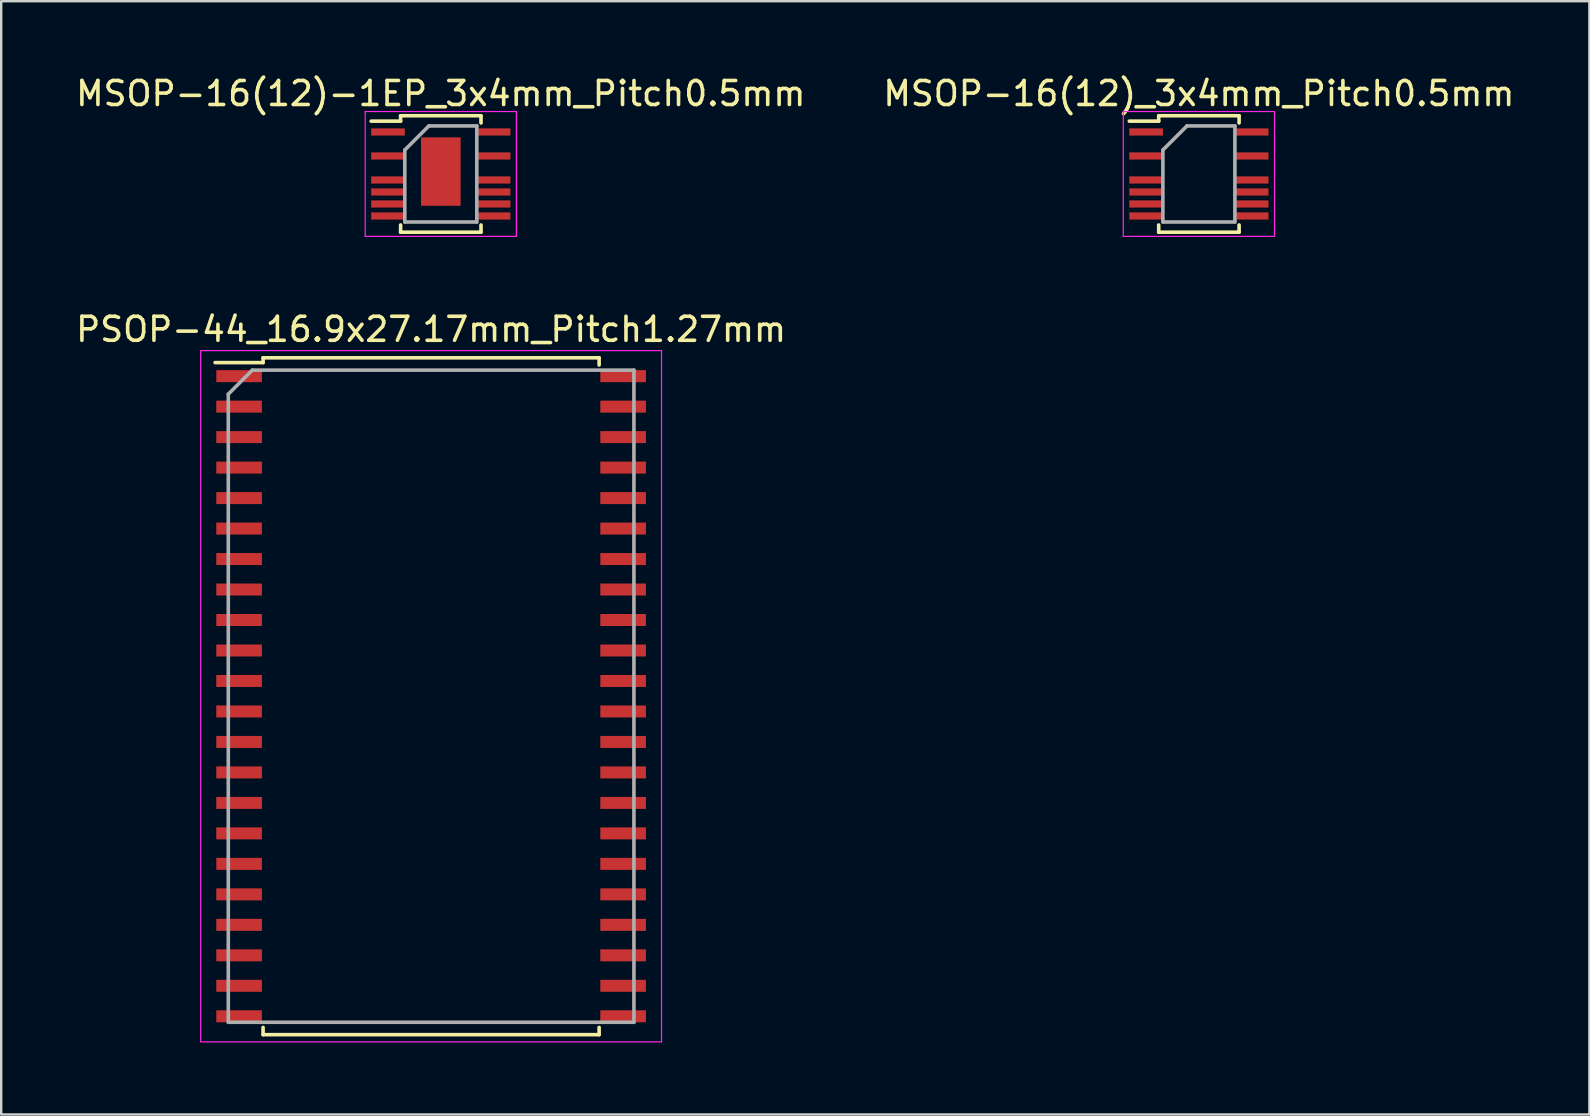
<source format=kicad_pcb>
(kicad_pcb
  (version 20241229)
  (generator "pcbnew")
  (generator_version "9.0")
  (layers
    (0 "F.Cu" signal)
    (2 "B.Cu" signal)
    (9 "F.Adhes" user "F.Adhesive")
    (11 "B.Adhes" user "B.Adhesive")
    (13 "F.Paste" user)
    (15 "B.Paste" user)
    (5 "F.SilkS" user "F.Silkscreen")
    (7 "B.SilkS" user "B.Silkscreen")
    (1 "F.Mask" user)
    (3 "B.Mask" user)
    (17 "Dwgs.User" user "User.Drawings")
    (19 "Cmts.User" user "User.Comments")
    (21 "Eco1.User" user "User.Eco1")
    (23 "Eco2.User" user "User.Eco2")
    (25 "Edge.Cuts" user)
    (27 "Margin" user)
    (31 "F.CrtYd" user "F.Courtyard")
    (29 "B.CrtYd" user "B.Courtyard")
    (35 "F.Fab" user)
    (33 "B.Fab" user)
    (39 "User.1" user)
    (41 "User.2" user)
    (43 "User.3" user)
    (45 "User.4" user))
  (footprint "MSOP-16(12)-1EP_3x4mm_Pitch0.5mm"
    (layer "F.Cu")
    (at 15.315 4.198)
    (property "Reference" "MSOP-16(12)-1EP_3x4mm_Pitch0.5mm" (at 0 -3.35 0) (layer "F.SilkS") (effects (font (size 1 1) (thickness 0.15))))
    (attr smd)
    (fp_line (start -1.675 -2.425) (end -1.675 -2.2) (stroke (width 0.15) (type solid)) (layer "F.SilkS"))
    (fp_line (start -1.675 -2.425) (end 1.675 -2.425) (stroke (width 0.15) (type solid)) (layer "F.SilkS"))
    (fp_line (start -1.675 -2.2) (end -2.9 -2.2) (stroke (width 0.15) (type solid)) (layer "F.SilkS"))
    (fp_line (start -1.675 2.425) (end -1.675 2.125) (stroke (width 0.15) (type solid)) (layer "F.SilkS"))
    (fp_line (start -1.675 2.425) (end 1.675 2.425) (stroke (width 0.15) (type solid)) (layer "F.SilkS"))
    (fp_line (start 1.675 -2.425) (end 1.675 -2.125) (stroke (width 0.15) (type solid)) (layer "F.SilkS"))
    (fp_line (start 1.675 2.425) (end 1.675 2.125) (stroke (width 0.15) (type solid)) (layer "F.SilkS"))
    (fp_line (start -3.15 -2.6) (end -3.15 2.6) (stroke (width 0.05) (type solid)) (layer "F.CrtYd"))
    (fp_line (start -3.15 -2.6) (end 3.15 -2.6) (stroke (width 0.05) (type solid)) (layer "F.CrtYd"))
    (fp_line (start -3.15 2.6) (end 3.15 2.6) (stroke (width 0.05) (type solid)) (layer "F.CrtYd"))
    (fp_line (start 3.15 -2.6) (end 3.15 2.6) (stroke (width 0.05) (type solid)) (layer "F.CrtYd"))
    (fp_line (start -1.5 -1) (end -0.5 -2) (stroke (width 0.15) (type solid)) (layer "F.Fab"))
    (fp_line (start -1.5 2) (end -1.5 -1) (stroke (width 0.15) (type solid)) (layer "F.Fab"))
    (fp_line (start -0.5 -2) (end 1.5 -2) (stroke (width 0.15) (type solid)) (layer "F.Fab"))
    (fp_line (start 1.5 -2) (end 1.5 2) (stroke (width 0.15) (type solid)) (layer "F.Fab"))
    (fp_line (start 1.5 2) (end -1.5 2) (stroke (width 0.15) (type solid)) (layer "F.Fab"))
    (pad "1" smd rect (at -2.2 -1.75) (size 1.4 0.3) (layers "F.Cu" "F.Mask" "F.Paste"))
    (pad "3" smd rect (at -2.2 -0.75) (size 1.4 0.3) (layers "F.Cu" "F.Mask" "F.Paste"))
    (pad "5" smd rect (at -2.2 0.25) (size 1.4 0.3) (layers "F.Cu" "F.Mask" "F.Paste"))
    (pad "6" smd rect (at -2.2 0.75) (size 1.4 0.3) (layers "F.Cu" "F.Mask" "F.Paste"))
    (pad "7" smd rect (at -2.2 1.25) (size 1.4 0.3) (layers "F.Cu" "F.Mask" "F.Paste"))
    (pad "8" smd rect (at -2.2 1.75) (size 1.4 0.3) (layers "F.Cu" "F.Mask" "F.Paste"))
    (pad "9" smd rect (at 2.2 1.75) (size 1.4 0.3) (layers "F.Cu" "F.Mask" "F.Paste"))
    (pad "10" smd rect (at 2.2 1.25) (size 1.4 0.3) (layers "F.Cu" "F.Mask" "F.Paste"))
    (pad "11" smd rect (at 2.2 0.75) (size 1.4 0.3) (layers "F.Cu" "F.Mask" "F.Paste"))
    (pad "12" smd rect (at 2.2 0.25) (size 1.4 0.3) (layers "F.Cu" "F.Mask" "F.Paste"))
    (pad "14" smd rect (at 2.2 -0.75) (size 1.4 0.3) (layers "F.Cu" "F.Mask" "F.Paste"))
    (pad "16" smd rect (at 2.2 -1.75) (size 1.4 0.3) (layers "F.Cu" "F.Mask" "F.Paste"))
    (pad "17" smd rect (at 0 -0.1) (size 1.65 2.85) (layers "F.Cu" "F.Mask" "F.Paste")))
  (footprint "MSOP-16(12)_3x4mm_Pitch0.5mm"
    (layer "F.Cu")
    (at 46.899 4.198)
    (property "Reference" "MSOP-16(12)_3x4mm_Pitch0.5mm" (at 0 -3.35 0) (layer "F.SilkS") (effects (font (size 1 1) (thickness 0.15))))
    (attr smd)
    (fp_line (start -1.675 -2.425) (end -1.675 -2.2) (stroke (width 0.15) (type solid)) (layer "F.SilkS"))
    (fp_line (start -1.675 -2.425) (end 1.675 -2.425) (stroke (width 0.15) (type solid)) (layer "F.SilkS"))
    (fp_line (start -1.675 -2.2) (end -2.9 -2.2) (stroke (width 0.15) (type solid)) (layer "F.SilkS"))
    (fp_line (start -1.675 2.425) (end -1.675 2.125) (stroke (width 0.15) (type solid)) (layer "F.SilkS"))
    (fp_line (start -1.675 2.425) (end 1.675 2.425) (stroke (width 0.15) (type solid)) (layer "F.SilkS"))
    (fp_line (start 1.675 -2.425) (end 1.675 -2.125) (stroke (width 0.15) (type solid)) (layer "F.SilkS"))
    (fp_line (start 1.675 2.425) (end 1.675 2.125) (stroke (width 0.15) (type solid)) (layer "F.SilkS"))
    (fp_line (start -3.15 -2.6) (end -3.15 2.6) (stroke (width 0.05) (type solid)) (layer "F.CrtYd"))
    (fp_line (start -3.15 -2.6) (end 3.15 -2.6) (stroke (width 0.05) (type solid)) (layer "F.CrtYd"))
    (fp_line (start -3.15 2.6) (end 3.15 2.6) (stroke (width 0.05) (type solid)) (layer "F.CrtYd"))
    (fp_line (start 3.15 -2.6) (end 3.15 2.6) (stroke (width 0.05) (type solid)) (layer "F.CrtYd"))
    (fp_line (start -1.5 -1) (end -0.5 -2) (stroke (width 0.15) (type solid)) (layer "F.Fab"))
    (fp_line (start -1.5 2) (end -1.5 -1) (stroke (width 0.15) (type solid)) (layer "F.Fab"))
    (fp_line (start -0.5 -2) (end 1.5 -2) (stroke (width 0.15) (type solid)) (layer "F.Fab"))
    (fp_line (start 1.5 -2) (end 1.5 2) (stroke (width 0.15) (type solid)) (layer "F.Fab"))
    (fp_line (start 1.5 2) (end -1.5 2) (stroke (width 0.15) (type solid)) (layer "F.Fab"))
    (pad "1" smd rect (at -2.2 -1.75) (size 1.4 0.3) (layers "F.Cu" "F.Mask" "F.Paste"))
    (pad "3" smd rect (at -2.2 -0.75) (size 1.4 0.3) (layers "F.Cu" "F.Mask" "F.Paste"))
    (pad "5" smd rect (at -2.2 0.25) (size 1.4 0.3) (layers "F.Cu" "F.Mask" "F.Paste"))
    (pad "6" smd rect (at -2.2 0.75) (size 1.4 0.3) (layers "F.Cu" "F.Mask" "F.Paste"))
    (pad "7" smd rect (at -2.2 1.25) (size 1.4 0.3) (layers "F.Cu" "F.Mask" "F.Paste"))
    (pad "8" smd rect (at -2.2 1.75) (size 1.4 0.3) (layers "F.Cu" "F.Mask" "F.Paste"))
    (pad "9" smd rect (at 2.2 1.75) (size 1.4 0.3) (layers "F.Cu" "F.Mask" "F.Paste"))
    (pad "10" smd rect (at 2.2 1.25) (size 1.4 0.3) (layers "F.Cu" "F.Mask" "F.Paste"))
    (pad "11" smd rect (at 2.2 0.75) (size 1.4 0.3) (layers "F.Cu" "F.Mask" "F.Paste"))
    (pad "12" smd rect (at 2.2 0.25) (size 1.4 0.3) (layers "F.Cu" "F.Mask" "F.Paste"))
    (pad "14" smd rect (at 2.2 -0.75) (size 1.4 0.3) (layers "F.Cu" "F.Mask" "F.Paste"))
    (pad "16" smd rect (at 2.2 -1.75) (size 1.4 0.3) (layers "F.Cu" "F.Mask" "F.Paste")))
  (footprint "PSOP-44_16.9x27.17mm_Pitch1.27mm"
    (layer "F.Cu")
    (at 14.911 25.956)
    (property "Reference" "PSOP-44_16.9x27.17mm_Pitch1.27mm" (at 0 -15.285 0) (layer "F.SilkS") (effects (font (size 1 1) (thickness 0.15))))
    (attr smd)
    (fp_line (start -7 -14.1) (end -7 -13.9) (stroke (width 0.15) (type solid)) (layer "F.SilkS"))
    (fp_line (start -7 -14.1) (end 7 -14.1) (stroke (width 0.15) (type solid)) (layer "F.SilkS"))
    (fp_line (start -7 -13.9) (end -9 -13.9) (stroke (width 0.15) (type solid)) (layer "F.SilkS"))
    (fp_line (start -7 13.8) (end -7 14.1) (stroke (width 0.15) (type solid)) (layer "F.SilkS"))
    (fp_line (start -7 14.1) (end 7 14.1) (stroke (width 0.15) (type solid)) (layer "F.SilkS"))
    (fp_line (start 7 -14.1) (end 7 -13.8) (stroke (width 0.15) (type solid)) (layer "F.SilkS"))
    (fp_line (start 7 13.8) (end 7 14.1) (stroke (width 0.15) (type solid)) (layer "F.SilkS"))
    (fp_line (start -9.6 -14.4) (end -9.6 14.4) (stroke (width 0.05) (type solid)) (layer "F.CrtYd"))
    (fp_line (start -9.6 -14.4) (end 9.6 -14.4) (stroke (width 0.05) (type solid)) (layer "F.CrtYd"))
    (fp_line (start -9.6 14.4) (end 9.6 14.4) (stroke (width 0.05) (type solid)) (layer "F.CrtYd"))
    (fp_line (start 9.6 -14.4) (end 9.6 14.4) (stroke (width 0.05) (type solid)) (layer "F.CrtYd"))
    (fp_line (start -8.45 -12.585) (end -7.45 -13.585) (stroke (width 0.15) (type solid)) (layer "F.Fab"))
    (fp_line (start -8.45 13.585) (end -8.45 -12.585) (stroke (width 0.15) (type solid)) (layer "F.Fab"))
    (fp_line (start -7.45 -13.585) (end 8.45 -13.585) (stroke (width 0.15) (type solid)) (layer "F.Fab"))
    (fp_line (start 8.45 -13.585) (end 8.45 13.585) (stroke (width 0.15) (type solid)) (layer "F.Fab"))
    (fp_line (start 8.45 13.585) (end -8.45 13.585) (stroke (width 0.15) (type solid)) (layer "F.Fab"))
    (pad "1" smd rect (at -8 -13.335 270) (size 0.5 1.9) (layers "F.Cu" "F.Mask" "F.Paste"))
    (pad "2" smd rect (at -8 -12.065 270) (size 0.5 1.9) (layers "F.Cu" "F.Mask" "F.Paste"))
    (pad "3" smd rect (at -8 -10.795 270) (size 0.5 1.9) (layers "F.Cu" "F.Mask" "F.Paste"))
    (pad "4" smd rect (at -8 -9.525 270) (size 0.5 1.9) (layers "F.Cu" "F.Mask" "F.Paste"))
    (pad "5" smd rect (at -8 -8.255 270) (size 0.5 1.9) (layers "F.Cu" "F.Mask" "F.Paste"))
    (pad "6" smd rect (at -8 -6.985 270) (size 0.5 1.9) (layers "F.Cu" "F.Mask" "F.Paste"))
    (pad "7" smd rect (at -8 -5.715 270) (size 0.5 1.9) (layers "F.Cu" "F.Mask" "F.Paste"))
    (pad "8" smd rect (at -8 -4.445 270) (size 0.5 1.9) (layers "F.Cu" "F.Mask" "F.Paste"))
    (pad "9" smd rect (at -8 -3.175 270) (size 0.5 1.9) (layers "F.Cu" "F.Mask" "F.Paste"))
    (pad "10" smd rect (at -8 -1.905 270) (size 0.5 1.9) (layers "F.Cu" "F.Mask" "F.Paste"))
    (pad "11" smd rect (at -8 -0.635 270) (size 0.5 1.9) (layers "F.Cu" "F.Mask" "F.Paste"))
    (pad "12" smd rect (at -8 0.635 270) (size 0.5 1.9) (layers "F.Cu" "F.Mask" "F.Paste"))
    (pad "13" smd rect (at -8 1.905 270) (size 0.5 1.9) (layers "F.Cu" "F.Mask" "F.Paste"))
    (pad "14" smd rect (at -8 3.175 270) (size 0.5 1.9) (layers "F.Cu" "F.Mask" "F.Paste"))
    (pad "15" smd rect (at -8 4.445 270) (size 0.5 1.9) (layers "F.Cu" "F.Mask" "F.Paste"))
    (pad "16" smd rect (at -8 5.715 270) (size 0.5 1.9) (layers "F.Cu" "F.Mask" "F.Paste"))
    (pad "17" smd rect (at -8 6.985 270) (size 0.5 1.9) (layers "F.Cu" "F.Mask" "F.Paste"))
    (pad "18" smd rect (at -8 8.255 270) (size 0.5 1.9) (layers "F.Cu" "F.Mask" "F.Paste"))
    (pad "19" smd rect (at -8 9.525 270) (size 0.5 1.9) (layers "F.Cu" "F.Mask" "F.Paste"))
    (pad "20" smd rect (at -8 10.795 270) (size 0.5 1.9) (layers "F.Cu" "F.Mask" "F.Paste"))
    (pad "21" smd rect (at -8 12.065 270) (size 0.5 1.9) (layers "F.Cu" "F.Mask" "F.Paste"))
    (pad "22" smd rect (at -8 13.335 270) (size 0.5 1.9) (layers "F.Cu" "F.Mask" "F.Paste"))
    (pad "23" smd rect (at 8 13.335 270) (size 0.5 1.9) (layers "F.Cu" "F.Mask" "F.Paste"))
    (pad "24" smd rect (at 8 12.065 270) (size 0.5 1.9) (layers "F.Cu" "F.Mask" "F.Paste"))
    (pad "25" smd rect (at 8 10.795 270) (size 0.5 1.9) (layers "F.Cu" "F.Mask" "F.Paste"))
    (pad "26" smd rect (at 8 9.525 270) (size 0.5 1.9) (layers "F.Cu" "F.Mask" "F.Paste"))
    (pad "27" smd rect (at 8 8.255 270) (size 0.5 1.9) (layers "F.Cu" "F.Mask" "F.Paste"))
    (pad "28" smd rect (at 8 6.985 270) (size 0.5 1.9) (layers "F.Cu" "F.Mask" "F.Paste"))
    (pad "29" smd rect (at 8 5.715 270) (size 0.5 1.9) (layers "F.Cu" "F.Mask" "F.Paste"))
    (pad "30" smd rect (at 8 4.445 270) (size 0.5 1.9) (layers "F.Cu" "F.Mask" "F.Paste"))
    (pad "31" smd rect (at 8 3.175 270) (size 0.5 1.9) (layers "F.Cu" "F.Mask" "F.Paste"))
    (pad "32" smd rect (at 8 1.905 270) (size 0.5 1.9) (layers "F.Cu" "F.Mask" "F.Paste"))
    (pad "33" smd rect (at 8 0.635 270) (size 0.5 1.9) (layers "F.Cu" "F.Mask" "F.Paste"))
    (pad "34" smd rect (at 8 -0.635 270) (size 0.5 1.9) (layers "F.Cu" "F.Mask" "F.Paste"))
    (pad "35" smd rect (at 8 -1.905 270) (size 0.5 1.9) (layers "F.Cu" "F.Mask" "F.Paste"))
    (pad "36" smd rect (at 8 -3.175 270) (size 0.5 1.9) (layers "F.Cu" "F.Mask" "F.Paste"))
    (pad "37" smd rect (at 8 -4.445 270) (size 0.5 1.9) (layers "F.Cu" "F.Mask" "F.Paste"))
    (pad "38" smd rect (at 8 -5.715 270) (size 0.5 1.9) (layers "F.Cu" "F.Mask" "F.Paste"))
    (pad "39" smd rect (at 8 -6.985 270) (size 0.5 1.9) (layers "F.Cu" "F.Mask" "F.Paste"))
    (pad "40" smd rect (at 8 -8.255 270) (size 0.5 1.9) (layers "F.Cu" "F.Mask" "F.Paste"))
    (pad "41" smd rect (at 8 -9.525 270) (size 0.5 1.9) (layers "F.Cu" "F.Mask" "F.Paste"))
    (pad "42" smd rect (at 8 -10.795 270) (size 0.5 1.9) (layers "F.Cu" "F.Mask" "F.Paste"))
    (pad "43" smd rect (at 8 -12.065 270) (size 0.5 1.9) (layers "F.Cu" "F.Mask" "F.Paste"))
    (pad "44" smd rect (at 8 -13.335 270) (size 0.5 1.9) (layers "F.Cu" "F.Mask" "F.Paste")))
  (gr_rect
    (start -3 -3)
    (end 63.167 43.382)
    (stroke (width 0.1) (type default))
    (fill no)
    (layer "Edge.Cuts")))
</source>
